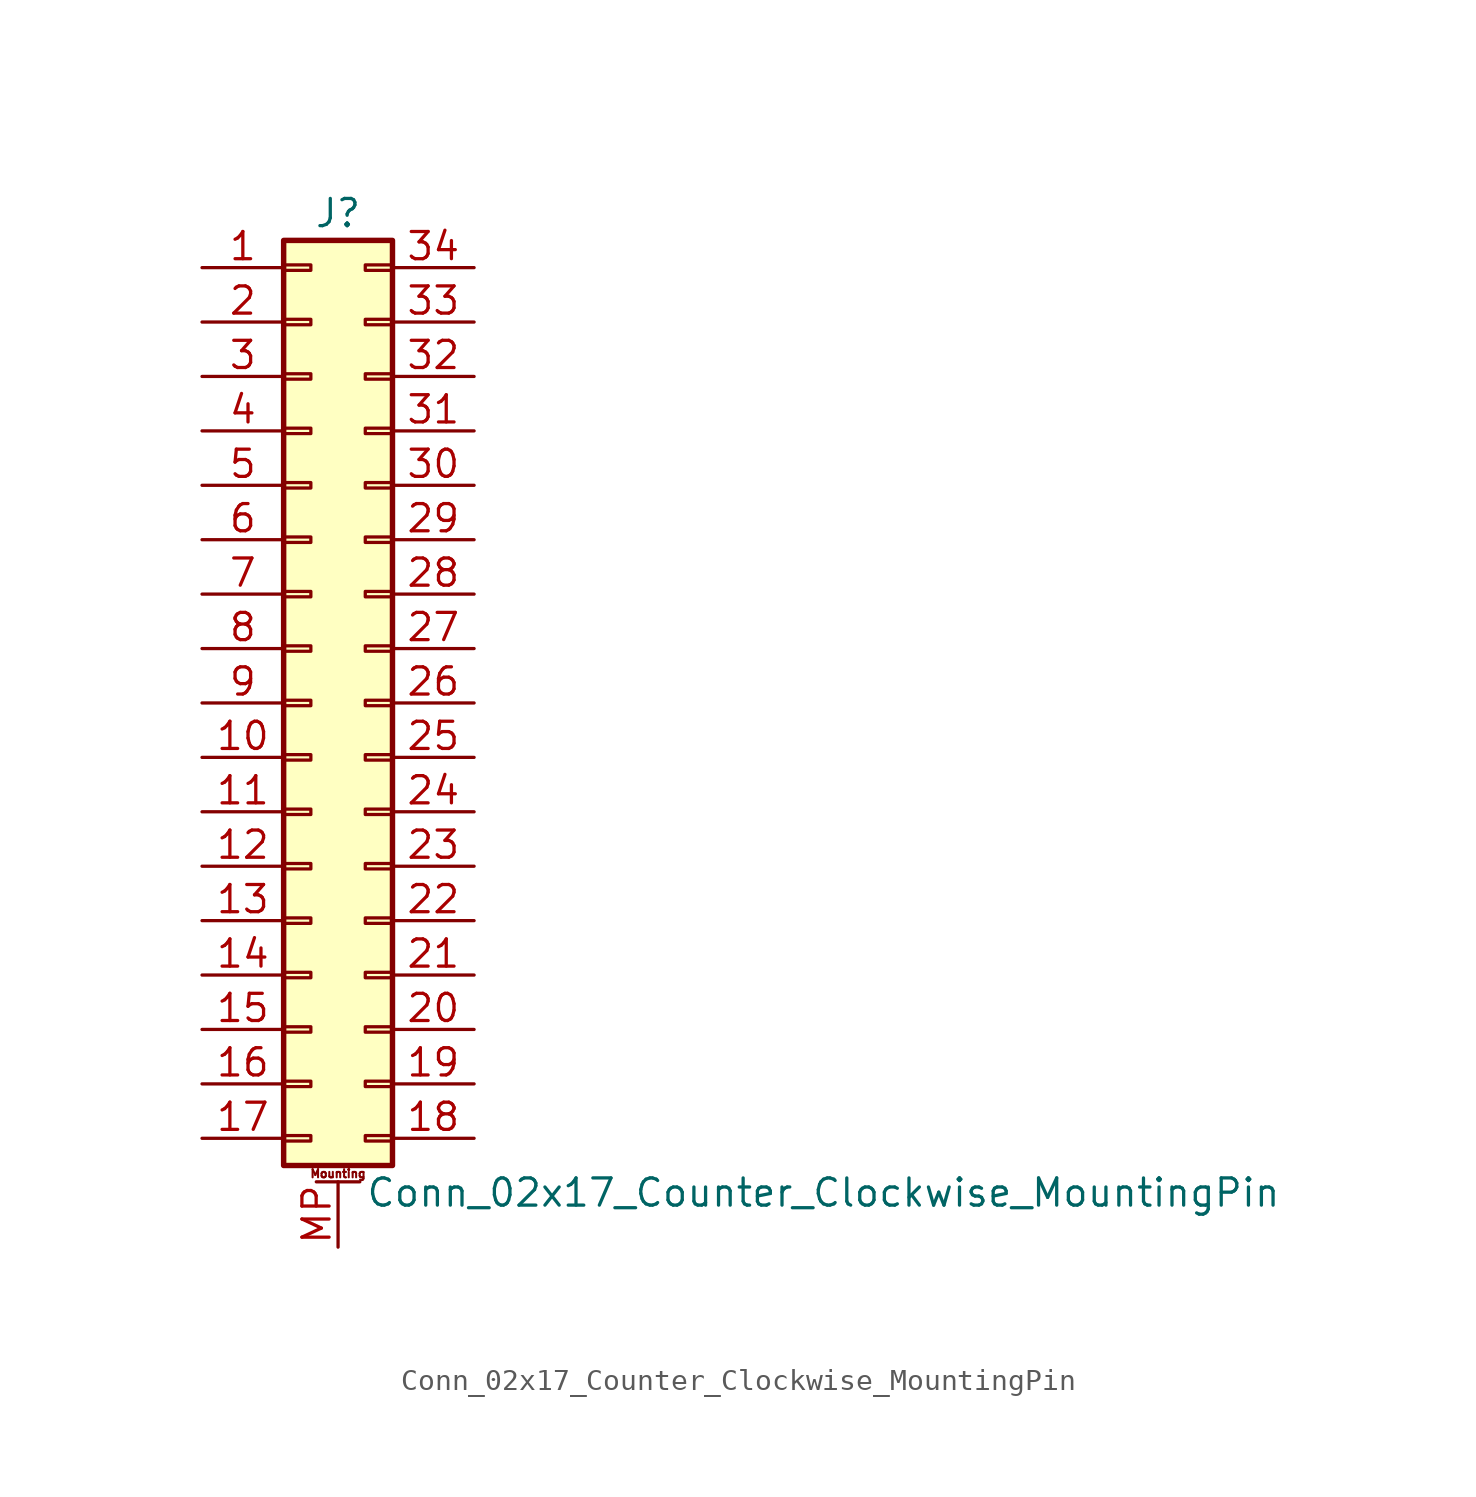
<source format=kicad_sym>
(kicad_symbol_lib
  (version 20201005)
  (generator kicad_symbol_editor)
  (symbol "Conn_02x17_Counter_Clockwise_MountingPin"
    (pin_names
      (offset 1.016) hide)
    (property "Reference" "J"
      (at 1.27 22.86 0)
      (effects (font (size 1.27 1.27))))
    (property "Value" "Conn_02x17_Counter_Clockwise_MountingPin"
      (at 2.54 -22.86 0)
      (effects (font (size 1.27 1.27)) (justify left)))
    (symbol "Conn_02x17_Counter_Clockwise_MountingPin_1_1"
      (text "Mounting" (at 1.27 -21.971 0) (effects (font (size 0.381 0.381))))
      (rectangle (start -1.27 -20.193) (end 0 -20.447) (stroke (width 0.152)) (fill (type none)))
      (rectangle (start -1.27 -17.653) (end 0 -17.907) (stroke (width 0.152)) (fill (type none)))
      (rectangle (start -1.27 -15.113) (end 0 -15.367) (stroke (width 0.152)) (fill (type none)))
      (rectangle (start -1.27 -12.573) (end 0 -12.827) (stroke (width 0.152)) (fill (type none)))
      (rectangle (start -1.27 -10.033) (end 0 -10.287) (stroke (width 0.152)) (fill (type none)))
      (rectangle (start -1.27 -7.493) (end 0 -7.747) (stroke (width 0.152)) (fill (type none)))
      (rectangle (start -1.27 -4.953) (end 0 -5.207) (stroke (width 0.152)) (fill (type none)))
      (rectangle (start -1.27 -2.413) (end 0 -2.667) (stroke (width 0.152)) (fill (type none)))
      (rectangle (start -1.27 0.127) (end 0 -0.127) (stroke (width 0.152)) (fill (type none)))
      (rectangle (start -1.27 2.667) (end 0 2.413) (stroke (width 0.152)) (fill (type none)))
      (rectangle (start -1.27 5.207) (end 0 4.953) (stroke (width 0.152)) (fill (type none)))
      (rectangle (start -1.27 7.747) (end 0 7.493) (stroke (width 0.152)) (fill (type none)))
      (rectangle (start -1.27 10.287) (end 0 10.033) (stroke (width 0.152)) (fill (type none)))
      (rectangle (start -1.27 12.827) (end 0 12.573) (stroke (width 0.152)) (fill (type none)))
      (rectangle (start -1.27 15.367) (end 0 15.113) (stroke (width 0.152)) (fill (type none)))
      (rectangle (start -1.27 17.907) (end 0 17.653) (stroke (width 0.152)) (fill (type none)))
      (rectangle (start -1.27 20.447) (end 0 20.193) (stroke (width 0.152)) (fill (type none)))
      (rectangle (start -1.27 21.59) (end 3.81 -21.59) (stroke (width 0.254)) (fill (type background)))
      (rectangle (start 3.81 -20.193) (end 2.54 -20.447) (stroke (width 0.152)) (fill (type none)))
      (rectangle (start 3.81 -17.653) (end 2.54 -17.907) (stroke (width 0.152)) (fill (type none)))
      (rectangle (start 3.81 -15.113) (end 2.54 -15.367) (stroke (width 0.152)) (fill (type none)))
      (rectangle (start 3.81 -12.573) (end 2.54 -12.827) (stroke (width 0.152)) (fill (type none)))
      (rectangle (start 3.81 -10.033) (end 2.54 -10.287) (stroke (width 0.152)) (fill (type none)))
      (rectangle (start 3.81 -7.493) (end 2.54 -7.747) (stroke (width 0.152)) (fill (type none)))
      (rectangle (start 3.81 -4.953) (end 2.54 -5.207) (stroke (width 0.152)) (fill (type none)))
      (rectangle (start 3.81 -2.413) (end 2.54 -2.667) (stroke (width 0.152)) (fill (type none)))
      (rectangle (start 3.81 0.127) (end 2.54 -0.127) (stroke (width 0.152)) (fill (type none)))
      (rectangle (start 3.81 2.667) (end 2.54 2.413) (stroke (width 0.152)) (fill (type none)))
      (rectangle (start 3.81 5.207) (end 2.54 4.953) (stroke (width 0.152)) (fill (type none)))
      (rectangle (start 3.81 7.747) (end 2.54 7.493) (stroke (width 0.152)) (fill (type none)))
      (rectangle (start 3.81 10.287) (end 2.54 10.033) (stroke (width 0.152)) (fill (type none)))
      (rectangle (start 3.81 12.827) (end 2.54 12.573) (stroke (width 0.152)) (fill (type none)))
      (rectangle (start 3.81 15.367) (end 2.54 15.113) (stroke (width 0.152)) (fill (type none)))
      (rectangle (start 3.81 17.907) (end 2.54 17.653) (stroke (width 0.152)) (fill (type none)))
      (rectangle (start 3.81 20.447) (end 2.54 20.193) (stroke (width 0.152)) (fill (type none)))
      (polyline (pts (xy 0.254 -22.352) (xy 2.286 -22.352)) (stroke (width 0.152)) (fill (type none)))
      (pin passive line (at -5.08 20.32 0) (length 3.81) (name "Pin_1" (effects (font (size 1.27 1.27)))) (number "1" (effects (font (size 1.27 1.27)))))
      (pin passive line (at -5.08 -2.54 0) (length 3.81) (name "Pin_10" (effects (font (size 1.27 1.27)))) (number "10" (effects (font (size 1.27 1.27)))))
      (pin passive line (at -5.08 -5.08 0) (length 3.81) (name "Pin_11" (effects (font (size 1.27 1.27)))) (number "11" (effects (font (size 1.27 1.27)))))
      (pin passive line (at -5.08 -7.62 0) (length 3.81) (name "Pin_12" (effects (font (size 1.27 1.27)))) (number "12" (effects (font (size 1.27 1.27)))))
      (pin passive line (at -5.08 -10.16 0) (length 3.81) (name "Pin_13" (effects (font (size 1.27 1.27)))) (number "13" (effects (font (size 1.27 1.27)))))
      (pin passive line (at -5.08 -12.7 0) (length 3.81) (name "Pin_14" (effects (font (size 1.27 1.27)))) (number "14" (effects (font (size 1.27 1.27)))))
      (pin passive line (at -5.08 -15.24 0) (length 3.81) (name "Pin_15" (effects (font (size 1.27 1.27)))) (number "15" (effects (font (size 1.27 1.27)))))
      (pin passive line (at -5.08 -17.78 0) (length 3.81) (name "Pin_16" (effects (font (size 1.27 1.27)))) (number "16" (effects (font (size 1.27 1.27)))))
      (pin passive line (at -5.08 -20.32 0) (length 3.81) (name "Pin_17" (effects (font (size 1.27 1.27)))) (number "17" (effects (font (size 1.27 1.27)))))
      (pin passive line (at 7.62 -20.32 180) (length 3.81) (name "Pin_18" (effects (font (size 1.27 1.27)))) (number "18" (effects (font (size 1.27 1.27)))))
      (pin passive line (at 7.62 -17.78 180) (length 3.81) (name "Pin_19" (effects (font (size 1.27 1.27)))) (number "19" (effects (font (size 1.27 1.27)))))
      (pin passive line (at -5.08 17.78 0) (length 3.81) (name "Pin_2" (effects (font (size 1.27 1.27)))) (number "2" (effects (font (size 1.27 1.27)))))
      (pin passive line (at 7.62 -15.24 180) (length 3.81) (name "Pin_20" (effects (font (size 1.27 1.27)))) (number "20" (effects (font (size 1.27 1.27)))))
      (pin passive line (at 7.62 -12.7 180) (length 3.81) (name "Pin_21" (effects (font (size 1.27 1.27)))) (number "21" (effects (font (size 1.27 1.27)))))
      (pin passive line (at 7.62 -10.16 180) (length 3.81) (name "Pin_22" (effects (font (size 1.27 1.27)))) (number "22" (effects (font (size 1.27 1.27)))))
      (pin passive line (at 7.62 -7.62 180) (length 3.81) (name "Pin_23" (effects (font (size 1.27 1.27)))) (number "23" (effects (font (size 1.27 1.27)))))
      (pin passive line (at 7.62 -5.08 180) (length 3.81) (name "Pin_24" (effects (font (size 1.27 1.27)))) (number "24" (effects (font (size 1.27 1.27)))))
      (pin passive line (at 7.62 -2.54 180) (length 3.81) (name "Pin_25" (effects (font (size 1.27 1.27)))) (number "25" (effects (font (size 1.27 1.27)))))
      (pin passive line (at 7.62 0 180) (length 3.81) (name "Pin_26" (effects (font (size 1.27 1.27)))) (number "26" (effects (font (size 1.27 1.27)))))
      (pin passive line (at 7.62 2.54 180) (length 3.81) (name "Pin_27" (effects (font (size 1.27 1.27)))) (number "27" (effects (font (size 1.27 1.27)))))
      (pin passive line (at 7.62 5.08 180) (length 3.81) (name "Pin_28" (effects (font (size 1.27 1.27)))) (number "28" (effects (font (size 1.27 1.27)))))
      (pin passive line (at 7.62 7.62 180) (length 3.81) (name "Pin_29" (effects (font (size 1.27 1.27)))) (number "29" (effects (font (size 1.27 1.27)))))
      (pin passive line (at -5.08 15.24 0) (length 3.81) (name "Pin_3" (effects (font (size 1.27 1.27)))) (number "3" (effects (font (size 1.27 1.27)))))
      (pin passive line (at 7.62 10.16 180) (length 3.81) (name "Pin_30" (effects (font (size 1.27 1.27)))) (number "30" (effects (font (size 1.27 1.27)))))
      (pin passive line (at 7.62 12.7 180) (length 3.81) (name "Pin_31" (effects (font (size 1.27 1.27)))) (number "31" (effects (font (size 1.27 1.27)))))
      (pin passive line (at 7.62 15.24 180) (length 3.81) (name "Pin_32" (effects (font (size 1.27 1.27)))) (number "32" (effects (font (size 1.27 1.27)))))
      (pin passive line (at 7.62 17.78 180) (length 3.81) (name "Pin_33" (effects (font (size 1.27 1.27)))) (number "33" (effects (font (size 1.27 1.27)))))
      (pin passive line (at 7.62 20.32 180) (length 3.81) (name "Pin_34" (effects (font (size 1.27 1.27)))) (number "34" (effects (font (size 1.27 1.27)))))
      (pin passive line (at -5.08 12.7 0) (length 3.81) (name "Pin_4" (effects (font (size 1.27 1.27)))) (number "4" (effects (font (size 1.27 1.27)))))
      (pin passive line (at -5.08 10.16 0) (length 3.81) (name "Pin_5" (effects (font (size 1.27 1.27)))) (number "5" (effects (font (size 1.27 1.27)))))
      (pin passive line (at -5.08 7.62 0) (length 3.81) (name "Pin_6" (effects (font (size 1.27 1.27)))) (number "6" (effects (font (size 1.27 1.27)))))
      (pin passive line (at -5.08 5.08 0) (length 3.81) (name "Pin_7" (effects (font (size 1.27 1.27)))) (number "7" (effects (font (size 1.27 1.27)))))
      (pin passive line (at -5.08 2.54 0) (length 3.81) (name "Pin_8" (effects (font (size 1.27 1.27)))) (number "8" (effects (font (size 1.27 1.27)))))
      (pin passive line (at -5.08 0 0) (length 3.81) (name "Pin_9" (effects (font (size 1.27 1.27)))) (number "9" (effects (font (size 1.27 1.27)))))
      (pin passive line (at 1.27 -25.4 90) (length 3.048) (name "MountPin" (effects (font (size 1.27 1.27)))) (number "MP" (effects (font (size 1.27 1.27))))))))
</source>
